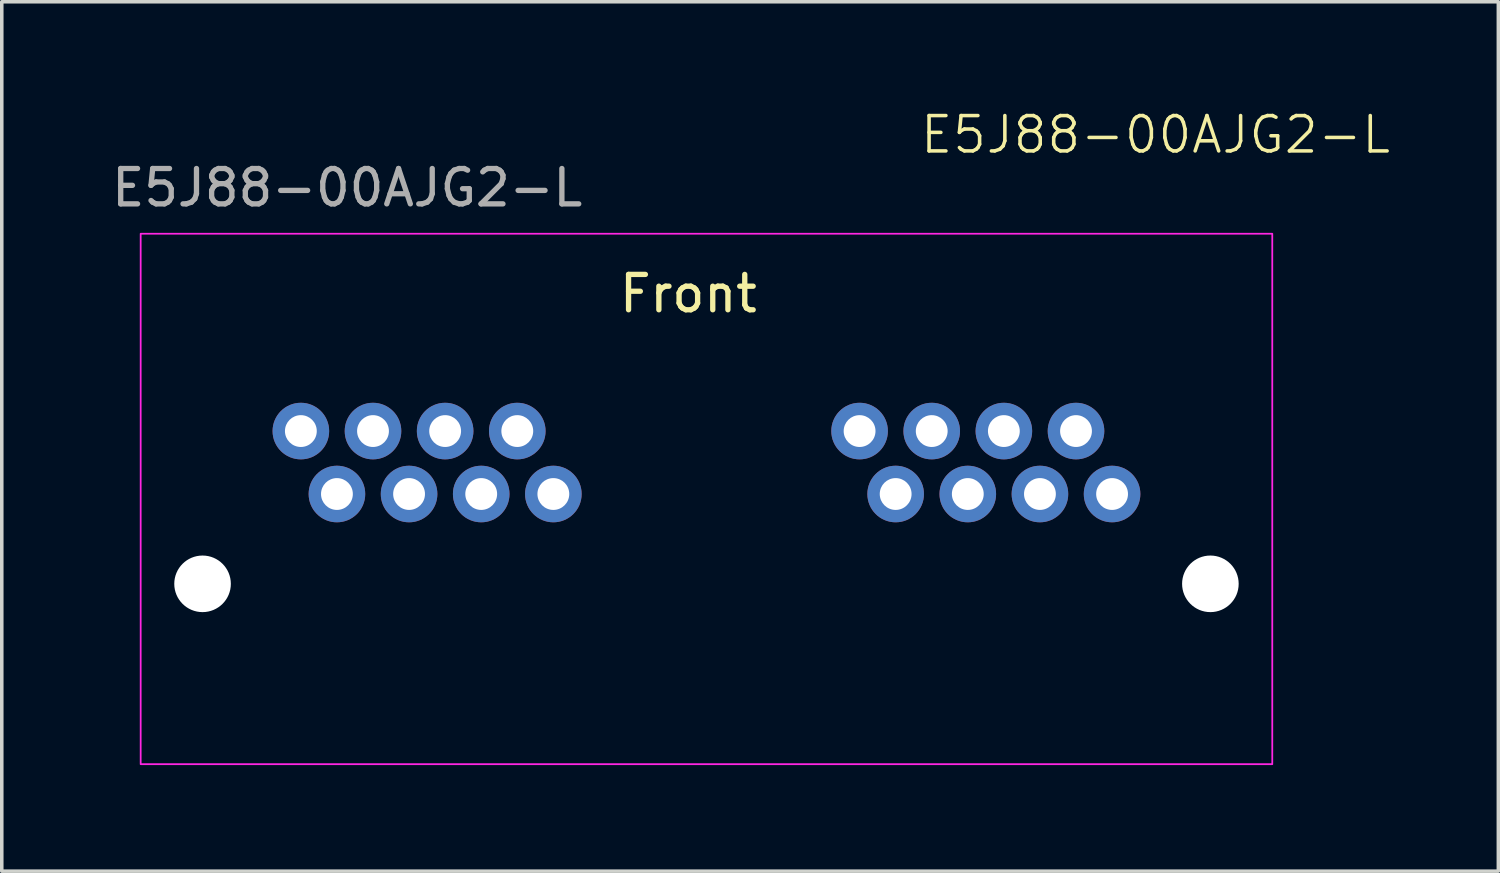
<source format=kicad_pcb>
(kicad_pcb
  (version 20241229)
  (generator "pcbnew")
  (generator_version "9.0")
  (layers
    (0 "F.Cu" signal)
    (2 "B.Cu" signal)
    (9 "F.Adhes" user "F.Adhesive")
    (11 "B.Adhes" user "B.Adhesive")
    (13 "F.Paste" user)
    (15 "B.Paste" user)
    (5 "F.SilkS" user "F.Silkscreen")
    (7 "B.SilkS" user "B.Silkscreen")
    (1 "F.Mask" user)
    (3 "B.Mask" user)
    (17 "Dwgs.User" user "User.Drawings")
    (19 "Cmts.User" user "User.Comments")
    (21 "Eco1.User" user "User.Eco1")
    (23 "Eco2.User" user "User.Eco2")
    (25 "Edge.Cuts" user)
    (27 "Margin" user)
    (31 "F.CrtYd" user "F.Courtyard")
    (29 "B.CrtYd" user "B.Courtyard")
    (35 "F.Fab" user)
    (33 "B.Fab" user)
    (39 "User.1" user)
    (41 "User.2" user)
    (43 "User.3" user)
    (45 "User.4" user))
  (footprint "E5J88-00AJG2-L"
    (layer "F.Cu")
    (at 16.928 13.46)
    (property "Reference" "E5J88-00AJG2-L" (at 12.7 -12.7 0) (unlocked yes) (layer "F.SilkS") (effects (font (size 1 1) (thickness 0.1))))
    (attr through_hole)
    (fp_rect (start -16 -9.9) (end 16 5.1) (stroke (width 0.05) (type default)) (fill no) (layer "F.CrtYd"))
    (fp_text user "Front" (at -2.54 -7.62 0) (unlocked yes) (layer "F.SilkS") (effects (font (size 1 1) (thickness 0.15)) (justify left bottom)))
    (fp_text user "${REFERENCE}" (at -10.16 -11.2 0) (unlocked yes) (layer "F.Fab") (effects (font (size 1 1) (thickness 0.15))))
    (pad "" np_thru_hole circle (at -14.25 0) (size 1.6 1.6) (drill 3.2) (layers "*.Cu" "*.Mask"))
    (pad "" np_thru_hole circle (at 14.25 0) (size 1.6 1.6) (drill 3.2) (layers "*.Cu" "*.Mask"))
    (pad "1" thru_hole circle (at 11.47 -2.54) (size 1.6 1.6) (drill 0.9) (layers "*.Cu" "*.Mask"))
    (pad "2" thru_hole circle (at 10.45 -4.32) (size 1.6 1.6) (drill 0.9) (layers "*.Cu" "*.Mask"))
    (pad "3" thru_hole circle (at 9.43 -2.54) (size 1.6 1.6) (drill 0.9) (layers "*.Cu" "*.Mask"))
    (pad "4" thru_hole circle (at 8.41 -4.32) (size 1.6 1.6) (drill 0.9) (layers "*.Cu" "*.Mask"))
    (pad "5" thru_hole circle (at 7.39 -2.54) (size 1.6 1.6) (drill 0.9) (layers "*.Cu" "*.Mask"))
    (pad "6" thru_hole circle (at 6.37 -4.32) (size 1.6 1.6) (drill 0.9) (layers "*.Cu" "*.Mask"))
    (pad "7" thru_hole circle (at 5.35 -2.54) (size 1.6 1.6) (drill 0.9) (layers "*.Cu" "*.Mask"))
    (pad "8" thru_hole circle (at 4.33 -4.32) (size 1.6 1.6) (drill 0.9) (layers "*.Cu" "*.Mask"))
    (pad "9" thru_hole circle (at -4.33 -2.54) (size 1.6 1.6) (drill 0.9) (layers "*.Cu" "*.Mask"))
    (pad "10" thru_hole circle (at -5.35 -4.32) (size 1.6 1.6) (drill 0.9) (layers "*.Cu" "*.Mask"))
    (pad "11" thru_hole circle (at -6.37 -2.54) (size 1.6 1.6) (drill 0.9) (layers "*.Cu" "*.Mask"))
    (pad "12" thru_hole circle (at -7.39 -4.32) (size 1.6 1.6) (drill 0.9) (layers "*.Cu" "*.Mask"))
    (pad "13" thru_hole circle (at -8.41 -2.54) (size 1.6 1.6) (drill 0.9) (layers "*.Cu" "*.Mask"))
    (pad "14" thru_hole circle (at -9.43 -4.32) (size 1.6 1.6) (drill 0.9) (layers "*.Cu" "*.Mask"))
    (pad "15" thru_hole circle (at -10.45 -2.54) (size 1.6 1.6) (drill 0.9) (layers "*.Cu" "*.Mask"))
    (pad "16" thru_hole circle (at -11.47 -4.32) (size 1.6 1.6) (drill 0.9) (layers "*.Cu" "*.Mask")))
  (gr_rect
    (start -3 -3)
    (end 39.321 21.585)
    (stroke (width 0.1) (type default))
    (fill no)
    (layer "Edge.Cuts")))
</source>
